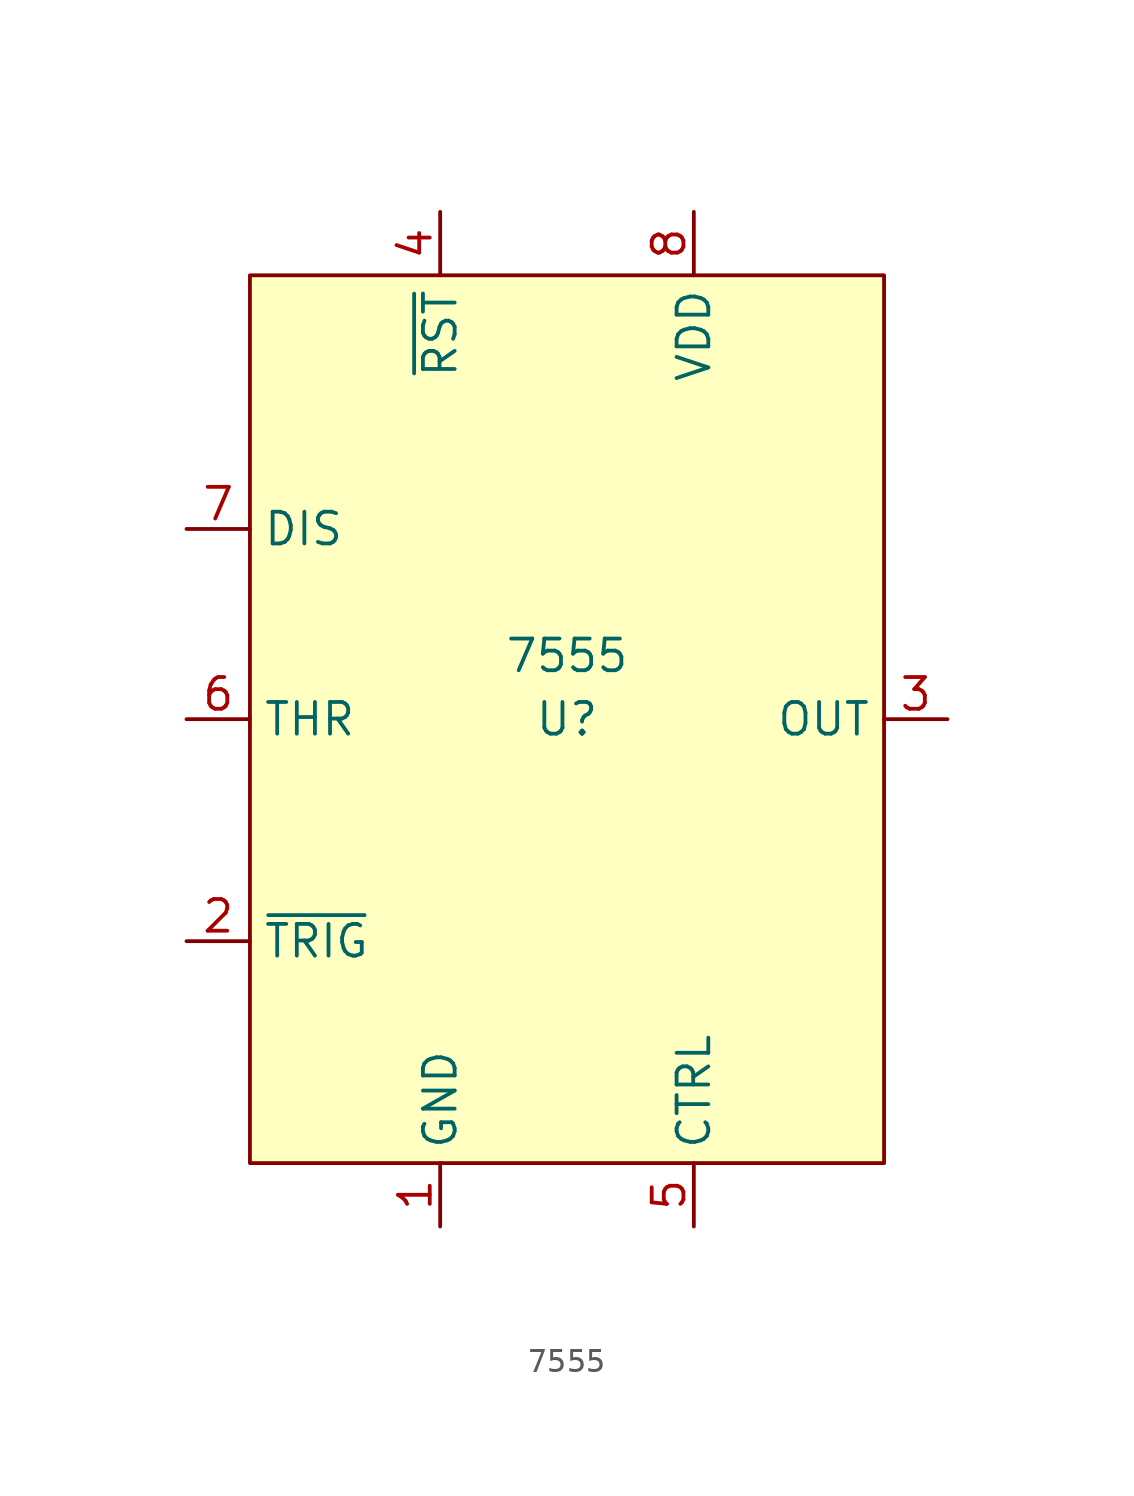
<source format=kicad_sym>
(kicad_symbol_lib
  (version 20211014)
  (generator kicad_symbol_editor)
  (symbol "7555"
    (property "Reference" "U"
      (at 0 0 0)
      (effects (font (size 1.27 1.27))))
    (property "Value" "7555"
      (at 0 2.54 0)
      (effects (font (size 1.27 1.27))))
    (symbol "7555_0_1"
      (rectangle (start -12.7 17.78) (end 12.7 -17.78) (stroke (width 0) (type default) (color 0 0 0 0)) (fill (type background))))
    (symbol "7555_1_1"
      (pin power_in line (at -5.08 -20.32 90) (length 2.54) (name "GND" (effects (font (size 1.27 1.27)))) (number "1" (effects (font (size 1.27 1.27)))))
      (pin input line (at -15.24 -8.89 0) (length 2.54) (name "~{TRIG}" (effects (font (size 1.27 1.27)))) (number "2" (effects (font (size 1.27 1.27)))))
      (pin output line (at 15.24 0 180) (length 2.54) (name "OUT" (effects (font (size 1.27 1.27)))) (number "3" (effects (font (size 1.27 1.27)))))
      (pin input line (at -5.08 20.32 270) (length 2.54) (name "~{RST}" (effects (font (size 1.27 1.27)))) (number "4" (effects (font (size 1.27 1.27)))))
      (pin input line (at 5.08 -20.32 90) (length 2.54) (name "CTRL" (effects (font (size 1.27 1.27)))) (number "5" (effects (font (size 1.27 1.27)))))
      (pin input line (at -15.24 0 0) (length 2.54) (name "THR" (effects (font (size 1.27 1.27)))) (number "6" (effects (font (size 1.27 1.27)))))
      (pin input line (at -15.24 7.62 0) (length 2.54) (name "DIS" (effects (font (size 1.27 1.27)))) (number "7" (effects (font (size 1.27 1.27)))))
      (pin power_in line (at 5.08 20.32 270) (length 2.54) (name "VDD" (effects (font (size 1.27 1.27)))) (number "8" (effects (font (size 1.27 1.27))))))))
</source>
